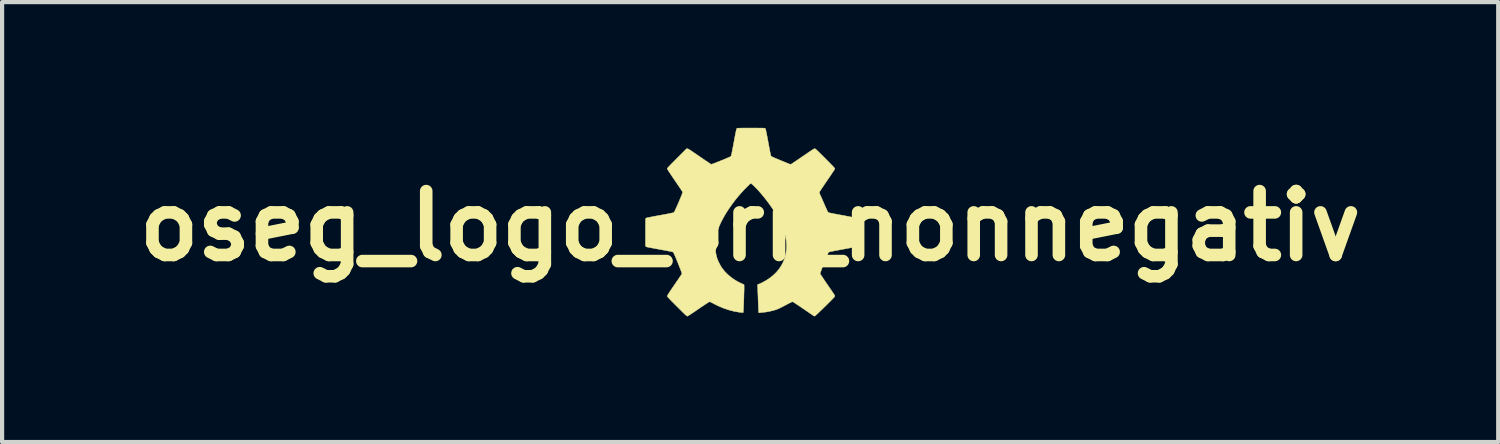
<source format=kicad_pcb>
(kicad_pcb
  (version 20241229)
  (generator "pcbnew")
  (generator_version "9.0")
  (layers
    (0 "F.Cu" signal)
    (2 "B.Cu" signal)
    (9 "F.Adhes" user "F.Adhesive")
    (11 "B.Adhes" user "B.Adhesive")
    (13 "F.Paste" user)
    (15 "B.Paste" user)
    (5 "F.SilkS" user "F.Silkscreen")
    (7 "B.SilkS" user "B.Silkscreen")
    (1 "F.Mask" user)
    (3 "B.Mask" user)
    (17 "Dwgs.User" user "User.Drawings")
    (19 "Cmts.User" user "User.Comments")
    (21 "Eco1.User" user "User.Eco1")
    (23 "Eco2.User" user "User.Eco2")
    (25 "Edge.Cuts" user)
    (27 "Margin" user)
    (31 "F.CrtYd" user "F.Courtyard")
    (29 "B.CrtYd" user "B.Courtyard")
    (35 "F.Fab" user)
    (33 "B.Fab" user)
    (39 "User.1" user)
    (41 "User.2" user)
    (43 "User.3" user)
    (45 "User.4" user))
  (footprint "oseg_logo_ori_nonnegativ"
    (layer "F.Cu")
    (at 14.848 2.344)
    (property "Reference" "oseg_logo_ori_nonnegativ" (at 0 0 0) (layer "F.SilkS") (effects (font (size 1.524 1.524) (thickness 0.3))))
    (attr through_hole)
    (fp_poly (pts (xy 0.088 -2.339) (xy 0.146 -2.339) (xy 0.194 -2.339) (xy 0.234 -2.338) (xy 0.267 -2.338) (xy 0.294 -2.338) (xy 0.314 -2.337) (xy 0.33 -2.336) (xy 0.341 -2.335) (xy 0.349 -2.334) (xy 0.354 -2.333) (xy 0.358 -2.331) (xy 0.359 -2.33) (xy 0.362 -2.327) (xy 0.365 -2.321) (xy 0.368 -2.313) (xy 0.371 -2.301) (xy 0.375 -2.285) (xy 0.38 -2.263) (xy 0.386 -2.235) (xy 0.393 -2.2) (xy 0.401 -2.157) (xy 0.411 -2.107) (xy 0.422 -2.047) (xy 0.431 -1.998) (xy 0.444 -1.931) (xy 0.454 -1.874) (xy 0.464 -1.826) (xy 0.471 -1.786) (xy 0.478 -1.754) (xy 0.484 -1.727) (xy 0.488 -1.707) (xy 0.492 -1.691) (xy 0.495 -1.68) (xy 0.498 -1.672) (xy 0.501 -1.667) (xy 0.504 -1.664) (xy 0.511 -1.66) (xy 0.527 -1.652) (xy 0.551 -1.641) (xy 0.581 -1.628) (xy 0.617 -1.612) (xy 0.658 -1.595) (xy 0.702 -1.577) (xy 0.73 -1.565) (xy 0.784 -1.543) (xy 0.829 -1.525) (xy 0.865 -1.51) (xy 0.895 -1.498) (xy 0.918 -1.489) (xy 0.935 -1.482) (xy 0.948 -1.478) (xy 0.957 -1.475) (xy 0.963 -1.473) (xy 0.967 -1.473) (xy 0.97 -1.474) (xy 0.972 -1.475) (xy 0.975 -1.476) (xy 0.976 -1.476) (xy 0.982 -1.48) (xy 0.997 -1.489) (xy 1.018 -1.503) (xy 1.046 -1.522) (xy 1.079 -1.544) (xy 1.118 -1.57) (xy 1.16 -1.599) (xy 1.205 -1.63) (xy 1.253 -1.662) (xy 1.255 -1.664) (xy 1.311 -1.702) (xy 1.359 -1.735) (xy 1.4 -1.763) (xy 1.434 -1.786) (xy 1.461 -1.804) (xy 1.484 -1.819) (xy 1.502 -1.83) (xy 1.516 -1.837) (xy 1.526 -1.843) (xy 1.533 -1.846) (xy 1.539 -1.847) (xy 1.54 -1.847) (xy 1.544 -1.846) (xy 1.549 -1.845) (xy 1.555 -1.842) (xy 1.562 -1.837) (xy 1.572 -1.829) (xy 1.584 -1.818) (xy 1.6 -1.803) (xy 1.62 -1.784) (xy 1.645 -1.759) (xy 1.675 -1.73) (xy 1.711 -1.694) (xy 1.753 -1.652) (xy 1.79 -1.615) (xy 1.839 -1.566) (xy 1.882 -1.523) (xy 1.917 -1.487) (xy 1.947 -1.456) (xy 1.971 -1.432) (xy 1.989 -1.412) (xy 2.003 -1.396) (xy 2.013 -1.385) (xy 2.019 -1.376) (xy 2.021 -1.371) (xy 2.021 -1.37) (xy 2.018 -1.362) (xy 2.009 -1.346) (xy 1.994 -1.321) (xy 1.972 -1.288) (xy 1.944 -1.246) (xy 1.91 -1.195) (xy 1.87 -1.136) (xy 1.838 -1.09) (xy 1.805 -1.042) (xy 1.774 -0.997) (xy 1.746 -0.954) (xy 1.72 -0.916) (xy 1.698 -0.882) (xy 1.679 -0.854) (xy 1.665 -0.832) (xy 1.656 -0.818) (xy 1.652 -0.811) (xy 1.652 -0.811) (xy 1.653 -0.801) (xy 1.657 -0.784) (xy 1.663 -0.765) (xy 1.67 -0.745) (xy 1.677 -0.728) (xy 1.683 -0.717) (xy 1.686 -0.711) (xy 1.693 -0.697) (xy 1.703 -0.675) (xy 1.715 -0.646) (xy 1.73 -0.612) (xy 1.747 -0.574) (xy 1.764 -0.533) (xy 1.767 -0.527) (xy 1.785 -0.485) (xy 1.803 -0.445) (xy 1.819 -0.41) (xy 1.833 -0.379) (xy 1.845 -0.355) (xy 1.854 -0.338) (xy 1.859 -0.33) (xy 1.859 -0.329) (xy 1.863 -0.327) (xy 1.868 -0.324) (xy 1.876 -0.321) (xy 1.888 -0.318) (xy 1.904 -0.314) (xy 1.925 -0.309) (xy 1.952 -0.303) (xy 1.986 -0.297) (xy 2.027 -0.289) (xy 2.076 -0.28) (xy 2.134 -0.269) (xy 2.195 -0.258) (xy 2.265 -0.245) (xy 2.325 -0.233) (xy 2.376 -0.224) (xy 2.418 -0.215) (xy 2.453 -0.208) (xy 2.48 -0.203) (xy 2.501 -0.198) (xy 2.515 -0.194) (xy 2.525 -0.191) (xy 2.529 -0.188) (xy 2.531 -0.186) (xy 2.533 -0.183) (xy 2.535 -0.179) (xy 2.536 -0.173) (xy 2.537 -0.163) (xy 2.538 -0.15) (xy 2.539 -0.132) (xy 2.539 -0.109) (xy 2.54 -0.08) (xy 2.54 -0.043) (xy 2.54 0.001) (xy 2.54 0.054) (xy 2.54 0.116) (xy 2.54 0.151) (xy 2.54 0.48) (xy 2.526 0.489) (xy 2.518 0.492) (xy 2.499 0.497) (xy 2.47 0.504) (xy 2.431 0.512) (xy 2.382 0.521) (xy 2.324 0.533) (xy 2.256 0.545) (xy 2.197 0.556) (xy 2.122 0.57) (xy 2.057 0.582) (xy 2.001 0.593) (xy 1.956 0.602) (xy 1.921 0.609) (xy 1.896 0.615) (xy 1.879 0.619) (xy 1.873 0.622) (xy 1.868 0.629) (xy 1.861 0.645) (xy 1.85 0.668) (xy 1.838 0.698) (xy 1.823 0.732) (xy 1.807 0.771) (xy 1.79 0.813) (xy 1.773 0.856) (xy 1.756 0.9) (xy 1.738 0.943) (xy 1.722 0.985) (xy 1.707 1.024) (xy 1.694 1.059) (xy 1.684 1.089) (xy 1.675 1.112) (xy 1.67 1.128) (xy 1.669 1.135) (xy 1.669 1.135) (xy 1.673 1.142) (xy 1.682 1.156) (xy 1.695 1.178) (xy 1.714 1.205) (xy 1.736 1.238) (xy 1.761 1.276) (xy 1.789 1.317) (xy 1.819 1.362) (xy 1.842 1.394) (xy 1.873 1.44) (xy 1.903 1.484) (xy 1.931 1.524) (xy 1.955 1.561) (xy 1.977 1.592) (xy 1.994 1.618) (xy 2.007 1.638) (xy 2.015 1.65) (xy 2.017 1.654) (xy 2.02 1.668) (xy 2.016 1.683) (xy 2.011 1.69) (xy 1.999 1.703) (xy 1.981 1.722) (xy 1.958 1.746) (xy 1.931 1.774) (xy 1.9 1.806) (xy 1.866 1.839) (xy 1.831 1.874) (xy 1.794 1.911) (xy 1.757 1.947) (xy 1.721 1.982) (xy 1.685 2.016) (xy 1.652 2.048) (xy 1.622 2.077) (xy 1.595 2.102) (xy 1.573 2.122) (xy 1.556 2.137) (xy 1.546 2.146) (xy 1.542 2.147) (xy 1.528 2.146) (xy 1.519 2.144) (xy 1.513 2.14) (xy 1.499 2.13) (xy 1.478 2.116) (xy 1.451 2.097) (xy 1.418 2.075) (xy 1.381 2.049) (xy 1.34 2.021) (xy 1.296 1.991) (xy 1.269 1.973) (xy 1.212 1.934) (xy 1.161 1.899) (xy 1.117 1.87) (xy 1.081 1.846) (xy 1.052 1.827) (xy 1.03 1.814) (xy 1.017 1.807) (xy 1.013 1.806) (xy 1.007 1.806) (xy 0.997 1.809) (xy 0.983 1.815) (xy 0.963 1.824) (xy 0.937 1.837) (xy 0.904 1.854) (xy 0.864 1.876) (xy 0.844 1.886) (xy 0.785 1.917) (xy 0.733 1.944) (xy 0.689 1.965) (xy 0.654 1.98) (xy 0.633 1.989) (xy 0.579 2.006) (xy 0.519 2.022) (xy 0.457 2.036) (xy 0.398 2.047) (xy 0.378 2.05) (xy 0.356 2.053) (xy 0.33 2.056) (xy 0.302 2.059) (xy 0.274 2.062) (xy 0.248 2.065) (xy 0.226 2.067) (xy 0.211 2.067) (xy 0.203 2.067) (xy 0.203 2.067) (xy 0.203 2.062) (xy 0.202 2.047) (xy 0.201 2.024) (xy 0.199 1.992) (xy 0.198 1.954) (xy 0.196 1.911) (xy 0.194 1.863) (xy 0.192 1.81) (xy 0.191 1.783) (xy 0.189 1.728) (xy 0.187 1.674) (xy 0.185 1.623) (xy 0.183 1.576) (xy 0.181 1.534) (xy 0.18 1.499) (xy 0.179 1.471) (xy 0.178 1.453) (xy 0.178 1.449) (xy 0.175 1.398) (xy 0.205 1.386) (xy 0.223 1.378) (xy 0.247 1.368) (xy 0.273 1.356) (xy 0.288 1.348) (xy 0.385 1.295) (xy 0.473 1.236) (xy 0.553 1.172) (xy 0.625 1.102) (xy 0.688 1.026) (xy 0.742 0.946) (xy 0.786 0.862) (xy 0.822 0.772) (xy 0.848 0.679) (xy 0.864 0.582) (xy 0.867 0.542) (xy 0.869 0.451) (xy 0.863 0.359) (xy 0.847 0.264) (xy 0.822 0.166) (xy 0.788 0.064) (xy 0.746 -0.041) (xy 0.736 -0.064) (xy 0.723 -0.091) (xy 0.708 -0.121) (xy 0.693 -0.152) (xy 0.677 -0.182) (xy 0.662 -0.211) (xy 0.648 -0.236) (xy 0.637 -0.256) (xy 0.629 -0.27) (xy 0.625 -0.275) (xy 0.621 -0.281) (xy 0.613 -0.293) (xy 0.602 -0.31) (xy 0.595 -0.32) (xy 0.552 -0.389) (xy 0.503 -0.461) (xy 0.451 -0.534) (xy 0.396 -0.607) (xy 0.34 -0.679) (xy 0.283 -0.749) (xy 0.227 -0.814) (xy 0.173 -0.874) (xy 0.121 -0.928) (xy 0.074 -0.974) (xy 0.067 -0.98) (xy 0.047 -0.998) (xy 0.032 -1.01) (xy 0.022 -1.016) (xy 0.015 -1.018) (xy 0.011 -1.016) (xy 0.002 -1.01) (xy -0.014 -0.996) (xy -0.034 -0.978) (xy -0.057 -0.955) (xy -0.083 -0.929) (xy -0.11 -0.902) (xy -0.137 -0.875) (xy -0.162 -0.848) (xy -0.169 -0.841) (xy -0.261 -0.737) (xy -0.349 -0.631) (xy -0.431 -0.522) (xy -0.508 -0.413) (xy -0.578 -0.305) (xy -0.64 -0.198) (xy -0.695 -0.093) (xy -0.74 0.007) (xy -0.778 0.11) (xy -0.806 0.212) (xy -0.825 0.315) (xy -0.834 0.418) (xy -0.834 0.518) (xy -0.824 0.617) (xy -0.805 0.712) (xy -0.789 0.769) (xy -0.773 0.81) (xy -0.753 0.856) (xy -0.729 0.903) (xy -0.704 0.949) (xy -0.679 0.989) (xy -0.668 1.005) (xy -0.609 1.079) (xy -0.541 1.149) (xy -0.465 1.214) (xy -0.383 1.274) (xy -0.296 1.326) (xy -0.205 1.371) (xy -0.204 1.371) (xy -0.146 1.397) (xy -0.144 1.435) (xy -0.144 1.448) (xy -0.144 1.47) (xy -0.144 1.5) (xy -0.145 1.537) (xy -0.146 1.579) (xy -0.148 1.626) (xy -0.149 1.675) (xy -0.15 1.725) (xy -0.152 1.776) (xy -0.154 1.825) (xy -0.155 1.872) (xy -0.157 1.915) (xy -0.159 1.954) (xy -0.16 1.986) (xy -0.161 2.01) (xy -0.162 2.02) (xy -0.165 2.064) (xy -0.18 2.064) (xy -0.191 2.063) (xy -0.21 2.061) (xy -0.234 2.059) (xy -0.258 2.056) (xy -0.385 2.034) (xy -0.511 2.001) (xy -0.636 1.959) (xy -0.76 1.906) (xy -0.843 1.865) (xy -0.882 1.844) (xy -0.913 1.828) (xy -0.936 1.817) (xy -0.954 1.81) (xy -0.965 1.806) (xy -0.972 1.806) (xy -0.979 1.809) (xy -0.994 1.818) (xy -1.016 1.832) (xy -1.044 1.85) (xy -1.078 1.872) (xy -1.115 1.897) (xy -1.157 1.925) (xy -1.202 1.955) (xy -1.235 1.978) (xy -1.29 2.016) (xy -1.338 2.048) (xy -1.378 2.075) (xy -1.411 2.097) (xy -1.438 2.115) (xy -1.459 2.128) (xy -1.475 2.138) (xy -1.487 2.144) (xy -1.495 2.148) (xy -1.499 2.148) (xy -1.503 2.148) (xy -1.509 2.146) (xy -1.515 2.141) (xy -1.524 2.134) (xy -1.536 2.124) (xy -1.552 2.11) (xy -1.571 2.092) (xy -1.595 2.069) (xy -1.624 2.04) (xy -1.658 2.006) (xy -1.699 1.965) (xy -1.747 1.917) (xy -1.748 1.917) (xy -1.796 1.869) (xy -1.837 1.827) (xy -1.872 1.792) (xy -1.901 1.763) (xy -1.924 1.738) (xy -1.942 1.719) (xy -1.956 1.703) (xy -1.967 1.692) (xy -1.973 1.683) (xy -1.977 1.676) (xy -1.979 1.672) (xy -1.979 1.67) (xy -1.977 1.664) (xy -1.972 1.653) (xy -1.962 1.637) (xy -1.948 1.614) (xy -1.93 1.586) (xy -1.906 1.55) (xy -1.878 1.507) (xy -1.843 1.457) (xy -1.819 1.422) (xy -1.788 1.376) (xy -1.759 1.333) (xy -1.731 1.293) (xy -1.706 1.257) (xy -1.685 1.225) (xy -1.667 1.199) (xy -1.654 1.18) (xy -1.645 1.168) (xy -1.644 1.166) (xy -1.635 1.15) (xy -1.629 1.134) (xy -1.628 1.129) (xy -1.63 1.12) (xy -1.636 1.103) (xy -1.645 1.079) (xy -1.657 1.048) (xy -1.67 1.013) (xy -1.686 0.973) (xy -1.703 0.931) (xy -1.72 0.888) (xy -1.738 0.844) (xy -1.755 0.801) (xy -1.772 0.761) (xy -1.788 0.723) (xy -1.802 0.69) (xy -1.815 0.663) (xy -1.824 0.642) (xy -1.83 0.629) (xy -1.833 0.626) (xy -1.836 0.623) (xy -1.842 0.62) (xy -1.851 0.617) (xy -1.863 0.614) (xy -1.88 0.609) (xy -1.903 0.605) (xy -1.932 0.599) (xy -1.968 0.592) (xy -2.011 0.583) (xy -2.064 0.574) (xy -2.126 0.562) (xy -2.133 0.561) (xy -2.2 0.549) (xy -2.259 0.538) (xy -2.308 0.529) (xy -2.349 0.521) (xy -2.383 0.515) (xy -2.411 0.509) (xy -2.432 0.505) (xy -2.449 0.502) (xy -2.461 0.499) (xy -2.47 0.496) (xy -2.476 0.494) (xy -2.479 0.492) (xy -2.482 0.49) (xy -2.484 0.488) (xy -2.486 0.486) (xy -2.498 0.476) (xy -2.498 0.149) (xy -2.498 0.082) (xy -2.498 0.025) (xy -2.498 -0.023) (xy -2.497 -0.063) (xy -2.497 -0.096) (xy -2.497 -0.122) (xy -2.496 -0.142) (xy -2.495 -0.157) (xy -2.494 -0.169) (xy -2.493 -0.176) (xy -2.492 -0.181) (xy -2.49 -0.185) (xy -2.488 -0.187) (xy -2.487 -0.188) (xy -2.482 -0.191) (xy -2.473 -0.194) (xy -2.459 -0.198) (xy -2.438 -0.202) (xy -2.411 -0.208) (xy -2.377 -0.215) (xy -2.336 -0.223) (xy -2.285 -0.233) (xy -2.226 -0.244) (xy -2.157 -0.256) (xy -2.154 -0.257) (xy -2.091 -0.268) (xy -2.033 -0.279) (xy -1.981 -0.289) (xy -1.934 -0.299) (xy -1.894 -0.307) (xy -1.862 -0.313) (xy -1.838 -0.319) (xy -1.824 -0.322) (xy -1.819 -0.324) (xy -1.814 -0.331) (xy -1.806 -0.346) (xy -1.794 -0.369) (xy -1.781 -0.398) (xy -1.765 -0.432) (xy -1.748 -0.47) (xy -1.73 -0.511) (xy -1.712 -0.553) (xy -1.693 -0.596) (xy -1.676 -0.638) (xy -1.659 -0.678) (xy -1.644 -0.715) (xy -1.631 -0.747) (xy -1.621 -0.774) (xy -1.614 -0.795) (xy -1.611 -0.807) (xy -1.61 -0.81) (xy -1.614 -0.817) (xy -1.623 -0.831) (xy -1.637 -0.853) (xy -1.655 -0.881) (xy -1.677 -0.914) (xy -1.703 -0.952) (xy -1.732 -0.994) (xy -1.762 -1.04) (xy -1.795 -1.087) (xy -1.796 -1.089) (xy -1.84 -1.153) (xy -1.877 -1.208) (xy -1.908 -1.255) (xy -1.934 -1.293) (xy -1.953 -1.324) (xy -1.968 -1.347) (xy -1.976 -1.362) (xy -1.979 -1.369) (xy -1.979 -1.37) (xy -1.978 -1.374) (xy -1.974 -1.381) (xy -1.966 -1.39) (xy -1.955 -1.404) (xy -1.939 -1.421) (xy -1.918 -1.443) (xy -1.892 -1.47) (xy -1.86 -1.502) (xy -1.822 -1.541) (xy -1.777 -1.586) (xy -1.748 -1.615) (xy -1.516 -1.847) (xy -1.495 -1.845) (xy -1.489 -1.844) (xy -1.482 -1.841) (xy -1.471 -1.836) (xy -1.457 -1.828) (xy -1.44 -1.817) (xy -1.417 -1.803) (xy -1.389 -1.784) (xy -1.355 -1.761) (xy -1.315 -1.734) (xy -1.267 -1.701) (xy -1.211 -1.663) (xy -1.207 -1.66) (xy -1.159 -1.627) (xy -1.114 -1.596) (xy -1.072 -1.567) (xy -1.033 -1.542) (xy -1 -1.519) (xy -0.972 -1.501) (xy -0.95 -1.486) (xy -0.936 -1.477) (xy -0.929 -1.473) (xy -0.929 -1.473) (xy -0.922 -1.475) (xy -0.906 -1.48) (xy -0.883 -1.488) (xy -0.853 -1.499) (xy -0.819 -1.512) (xy -0.781 -1.527) (xy -0.741 -1.543) (xy -0.699 -1.56) (xy -0.657 -1.577) (xy -0.616 -1.594) (xy -0.578 -1.61) (xy -0.543 -1.625) (xy -0.513 -1.638) (xy -0.488 -1.649) (xy -0.471 -1.658) (xy -0.462 -1.663) (xy -0.462 -1.664) (xy -0.459 -1.667) (xy -0.456 -1.672) (xy -0.453 -1.68) (xy -0.45 -1.692) (xy -0.446 -1.708) (xy -0.441 -1.729) (xy -0.435 -1.756) (xy -0.429 -1.79) (xy -0.421 -1.831) (xy -0.411 -1.88) (xy -0.4 -1.938) (xy -0.389 -1.998) (xy -0.377 -2.064) (xy -0.366 -2.122) (xy -0.357 -2.17) (xy -0.349 -2.21) (xy -0.342 -2.242) (xy -0.337 -2.268) (xy -0.332 -2.289) (xy -0.328 -2.304) (xy -0.325 -2.315) (xy -0.322 -2.322) (xy -0.32 -2.327) (xy -0.317 -2.33) (xy -0.314 -2.331) (xy -0.31 -2.333) (xy -0.304 -2.335) (xy -0.295 -2.336) (xy -0.282 -2.337) (xy -0.265 -2.337) (xy -0.242 -2.338) (xy -0.214 -2.338) (xy -0.178 -2.339) (xy -0.135 -2.339) (xy -0.084 -2.339) (xy -0.023 -2.339) (xy 0.021 -2.339) (xy 0.088 -2.339)) (stroke (width 0.01) (type solid)) (fill yes) (layer "F.SilkS")))
  (gr_rect
    (start -3 -3)
    (end 32.696 7.497)
    (stroke (width 0.1) (type default))
    (fill no)
    (layer "Edge.Cuts")))
</source>
